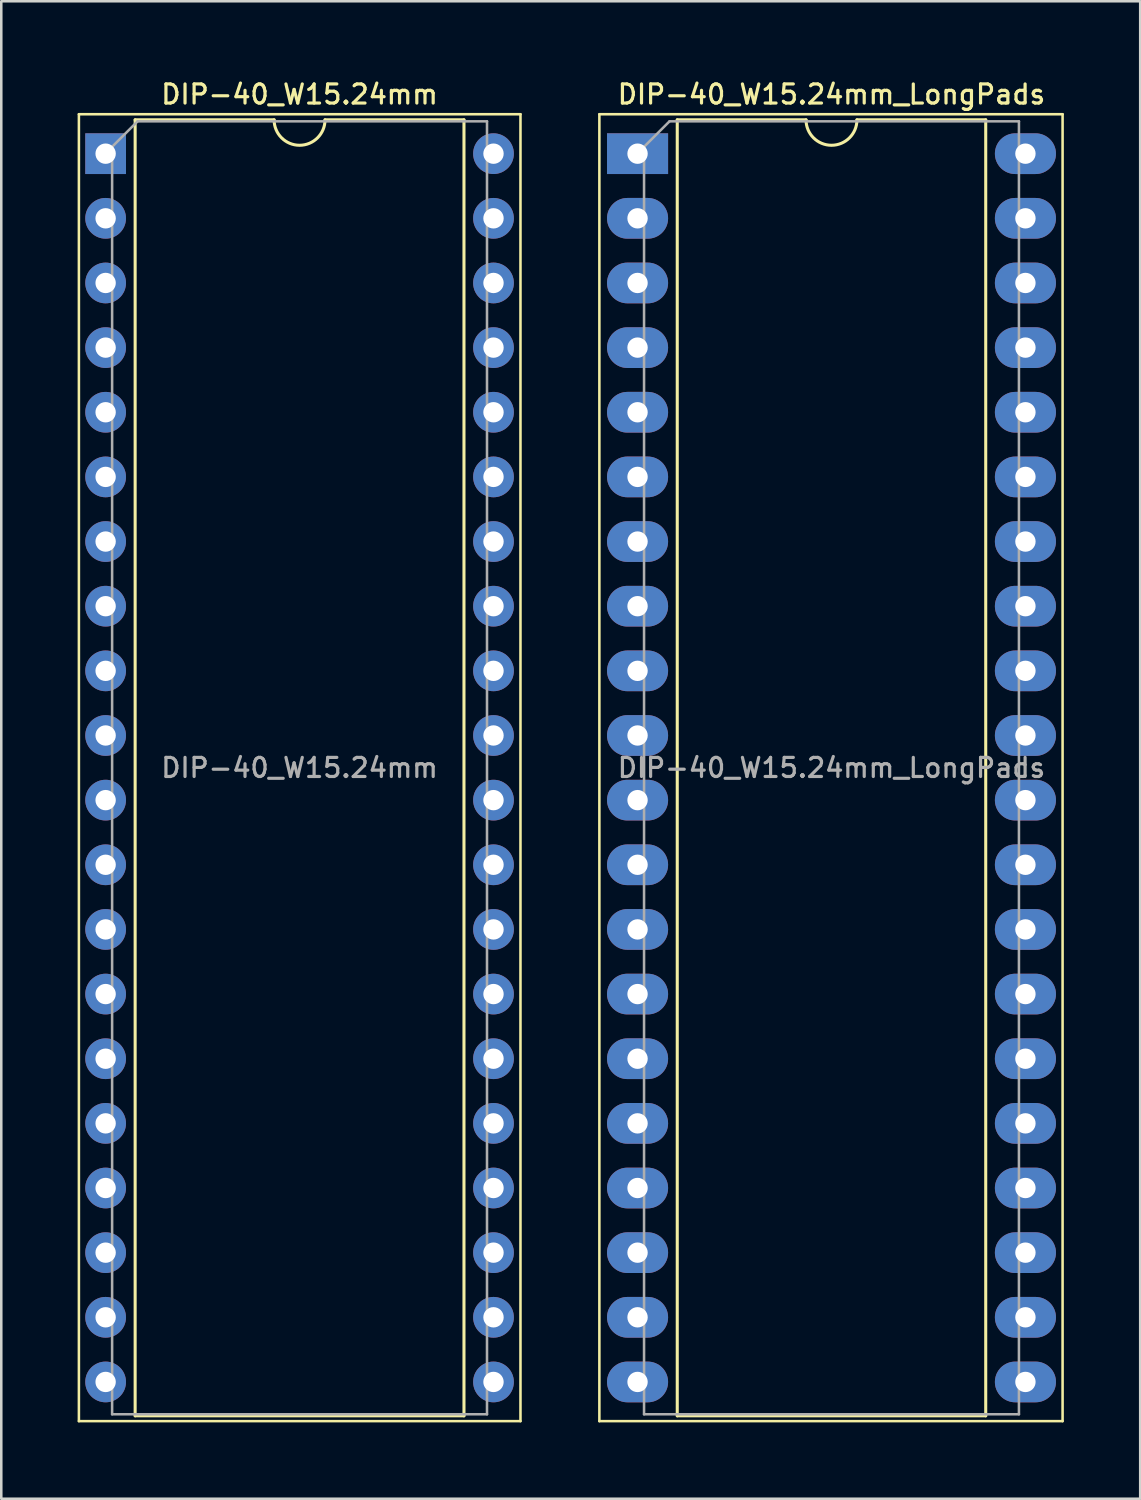
<source format=kicad_pcb>
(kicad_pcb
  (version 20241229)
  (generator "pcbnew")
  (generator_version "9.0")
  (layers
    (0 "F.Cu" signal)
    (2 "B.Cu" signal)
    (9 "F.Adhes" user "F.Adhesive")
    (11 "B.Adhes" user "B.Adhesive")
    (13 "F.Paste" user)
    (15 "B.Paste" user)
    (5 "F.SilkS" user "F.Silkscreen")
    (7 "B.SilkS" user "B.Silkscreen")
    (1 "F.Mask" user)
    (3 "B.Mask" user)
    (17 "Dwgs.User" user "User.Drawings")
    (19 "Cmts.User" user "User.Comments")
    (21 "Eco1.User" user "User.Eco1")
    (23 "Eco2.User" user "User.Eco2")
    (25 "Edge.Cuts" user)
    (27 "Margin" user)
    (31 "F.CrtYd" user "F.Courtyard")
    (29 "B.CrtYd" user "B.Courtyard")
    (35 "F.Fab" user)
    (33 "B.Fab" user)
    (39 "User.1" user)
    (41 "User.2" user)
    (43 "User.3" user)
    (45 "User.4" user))
  (footprint "DIP-40_W15.24mm_LongPads"
    (layer "F.Cu")
    (at 22 2.988)
    (property "Reference" "DIP-40_W15.24mm_LongPads" (at 7.62 -2.33 0) (layer "F.SilkS") (effects (font (size 0.75 0.75) (thickness 0.125))))
    (attr through_hole)
    (fp_line (start -1.5 -1.55) (end -1.5 49.8) (stroke (width 0.1) (type solid)) (layer "F.SilkS"))
    (fp_line (start -1.5 49.8) (end 16.7 49.8) (stroke (width 0.1) (type solid)) (layer "F.SilkS"))
    (fp_line (start 1.56 -1.33) (end 1.56 49.59) (stroke (width 0.12) (type solid)) (layer "F.SilkS"))
    (fp_line (start 1.56 49.59) (end 13.68 49.59) (stroke (width 0.12) (type solid)) (layer "F.SilkS"))
    (fp_line (start 6.62 -1.33) (end 1.56 -1.33) (stroke (width 0.12) (type solid)) (layer "F.SilkS"))
    (fp_line (start 13.68 -1.33) (end 8.62 -1.33) (stroke (width 0.12) (type solid)) (layer "F.SilkS"))
    (fp_line (start 13.68 49.59) (end 13.68 -1.33) (stroke (width 0.12) (type solid)) (layer "F.SilkS"))
    (fp_line (start 16.7 -1.55) (end -1.5 -1.55) (stroke (width 0.1) (type solid)) (layer "F.SilkS"))
    (fp_line (start 16.7 49.8) (end 16.7 -1.55) (stroke (width 0.1) (type solid)) (layer "F.SilkS"))
    (fp_arc (start 8.62 -1.33) (mid 7.62 -0.33) (end 6.62 -1.33) (stroke (width 0.12) (type solid)) (layer "F.SilkS"))
    (fp_line (start 0.255 -0.27) (end 1.255 -1.27) (stroke (width 0.1) (type solid)) (layer "F.Fab"))
    (fp_line (start 0.255 49.53) (end 0.255 -0.27) (stroke (width 0.1) (type solid)) (layer "F.Fab"))
    (fp_line (start 1.255 -1.27) (end 14.985 -1.27) (stroke (width 0.1) (type solid)) (layer "F.Fab"))
    (fp_line (start 14.985 -1.27) (end 14.985 49.53) (stroke (width 0.1) (type solid)) (layer "F.Fab"))
    (fp_line (start 14.985 49.53) (end 0.255 49.53) (stroke (width 0.1) (type solid)) (layer "F.Fab"))
    (fp_text user "${REFERENCE}" (at 7.62 24.13 0) (layer "F.Fab") (effects (font (size 0.75 0.75) (thickness 0.125))))
    (pad "1" thru_hole rect (at 0 0) (size 2.4 1.6) (drill 0.8) (layers "*.Cu" "*.Mask"))
    (pad "2" thru_hole oval (at 0 2.54) (size 2.4 1.6) (drill 0.8) (layers "*.Cu" "*.Mask"))
    (pad "3" thru_hole oval (at 0 5.08) (size 2.4 1.6) (drill 0.8) (layers "*.Cu" "*.Mask"))
    (pad "4" thru_hole oval (at 0 7.62) (size 2.4 1.6) (drill 0.8) (layers "*.Cu" "*.Mask"))
    (pad "5" thru_hole oval (at 0 10.16) (size 2.4 1.6) (drill 0.8) (layers "*.Cu" "*.Mask"))
    (pad "6" thru_hole oval (at 0 12.7) (size 2.4 1.6) (drill 0.8) (layers "*.Cu" "*.Mask"))
    (pad "7" thru_hole oval (at 0 15.24) (size 2.4 1.6) (drill 0.8) (layers "*.Cu" "*.Mask"))
    (pad "8" thru_hole oval (at 0 17.78) (size 2.4 1.6) (drill 0.8) (layers "*.Cu" "*.Mask"))
    (pad "9" thru_hole oval (at 0 20.32) (size 2.4 1.6) (drill 0.8) (layers "*.Cu" "*.Mask"))
    (pad "10" thru_hole oval (at 0 22.86) (size 2.4 1.6) (drill 0.8) (layers "*.Cu" "*.Mask"))
    (pad "11" thru_hole oval (at 0 25.4) (size 2.4 1.6) (drill 0.8) (layers "*.Cu" "*.Mask"))
    (pad "12" thru_hole oval (at 0 27.94) (size 2.4 1.6) (drill 0.8) (layers "*.Cu" "*.Mask"))
    (pad "13" thru_hole oval (at 0 30.48) (size 2.4 1.6) (drill 0.8) (layers "*.Cu" "*.Mask"))
    (pad "14" thru_hole oval (at 0 33.02) (size 2.4 1.6) (drill 0.8) (layers "*.Cu" "*.Mask"))
    (pad "15" thru_hole oval (at 0 35.56) (size 2.4 1.6) (drill 0.8) (layers "*.Cu" "*.Mask"))
    (pad "16" thru_hole oval (at 0 38.1) (size 2.4 1.6) (drill 0.8) (layers "*.Cu" "*.Mask"))
    (pad "17" thru_hole oval (at 0 40.64) (size 2.4 1.6) (drill 0.8) (layers "*.Cu" "*.Mask"))
    (pad "18" thru_hole oval (at 0 43.18) (size 2.4 1.6) (drill 0.8) (layers "*.Cu" "*.Mask"))
    (pad "19" thru_hole oval (at 0 45.72) (size 2.4 1.6) (drill 0.8) (layers "*.Cu" "*.Mask"))
    (pad "20" thru_hole oval (at 0 48.26) (size 2.4 1.6) (drill 0.8) (layers "*.Cu" "*.Mask"))
    (pad "21" thru_hole oval (at 15.24 48.26) (size 2.4 1.6) (drill 0.8) (layers "*.Cu" "*.Mask"))
    (pad "22" thru_hole oval (at 15.24 45.72) (size 2.4 1.6) (drill 0.8) (layers "*.Cu" "*.Mask"))
    (pad "23" thru_hole oval (at 15.24 43.18) (size 2.4 1.6) (drill 0.8) (layers "*.Cu" "*.Mask"))
    (pad "24" thru_hole oval (at 15.24 40.64) (size 2.4 1.6) (drill 0.8) (layers "*.Cu" "*.Mask"))
    (pad "25" thru_hole oval (at 15.24 38.1) (size 2.4 1.6) (drill 0.8) (layers "*.Cu" "*.Mask"))
    (pad "26" thru_hole oval (at 15.24 35.56) (size 2.4 1.6) (drill 0.8) (layers "*.Cu" "*.Mask"))
    (pad "27" thru_hole oval (at 15.24 33.02) (size 2.4 1.6) (drill 0.8) (layers "*.Cu" "*.Mask"))
    (pad "28" thru_hole oval (at 15.24 30.48) (size 2.4 1.6) (drill 0.8) (layers "*.Cu" "*.Mask"))
    (pad "29" thru_hole oval (at 15.24 27.94) (size 2.4 1.6) (drill 0.8) (layers "*.Cu" "*.Mask"))
    (pad "30" thru_hole oval (at 15.24 25.4) (size 2.4 1.6) (drill 0.8) (layers "*.Cu" "*.Mask"))
    (pad "31" thru_hole oval (at 15.24 22.86) (size 2.4 1.6) (drill 0.8) (layers "*.Cu" "*.Mask"))
    (pad "32" thru_hole oval (at 15.24 20.32) (size 2.4 1.6) (drill 0.8) (layers "*.Cu" "*.Mask"))
    (pad "33" thru_hole oval (at 15.24 17.78) (size 2.4 1.6) (drill 0.8) (layers "*.Cu" "*.Mask"))
    (pad "34" thru_hole oval (at 15.24 15.24) (size 2.4 1.6) (drill 0.8) (layers "*.Cu" "*.Mask"))
    (pad "35" thru_hole oval (at 15.24 12.7) (size 2.4 1.6) (drill 0.8) (layers "*.Cu" "*.Mask"))
    (pad "36" thru_hole oval (at 15.24 10.16) (size 2.4 1.6) (drill 0.8) (layers "*.Cu" "*.Mask"))
    (pad "37" thru_hole oval (at 15.24 7.62) (size 2.4 1.6) (drill 0.8) (layers "*.Cu" "*.Mask"))
    (pad "38" thru_hole oval (at 15.24 5.08) (size 2.4 1.6) (drill 0.8) (layers "*.Cu" "*.Mask"))
    (pad "39" thru_hole oval (at 15.24 2.54) (size 2.4 1.6) (drill 0.8) (layers "*.Cu" "*.Mask"))
    (pad "40" thru_hole oval (at 15.24 0) (size 2.4 1.6) (drill 0.8) (layers "*.Cu" "*.Mask")))
  (footprint "DIP-40_W15.24mm"
    (layer "F.Cu")
    (at 1.1 2.988)
    (property "Reference" "DIP-40_W15.24mm" (at 7.62 -2.33 0) (layer "F.SilkS") (effects (font (size 0.75 0.75) (thickness 0.125))))
    (attr through_hole)
    (fp_line (start -1.05 -1.55) (end -1.05 49.8) (stroke (width 0.1) (type solid)) (layer "F.SilkS"))
    (fp_line (start -1.05 49.8) (end 16.3 49.8) (stroke (width 0.1) (type solid)) (layer "F.SilkS"))
    (fp_line (start 1.16 -1.33) (end 1.16 49.59) (stroke (width 0.12) (type solid)) (layer "F.SilkS"))
    (fp_line (start 1.16 49.59) (end 14.08 49.59) (stroke (width 0.12) (type solid)) (layer "F.SilkS"))
    (fp_line (start 6.62 -1.33) (end 1.16 -1.33) (stroke (width 0.12) (type solid)) (layer "F.SilkS"))
    (fp_line (start 14.08 -1.33) (end 8.62 -1.33) (stroke (width 0.12) (type solid)) (layer "F.SilkS"))
    (fp_line (start 14.08 49.59) (end 14.08 -1.33) (stroke (width 0.12) (type solid)) (layer "F.SilkS"))
    (fp_line (start 16.3 -1.55) (end -1.05 -1.55) (stroke (width 0.1) (type solid)) (layer "F.SilkS"))
    (fp_line (start 16.3 49.8) (end 16.3 -1.55) (stroke (width 0.1) (type solid)) (layer "F.SilkS"))
    (fp_arc (start 8.62 -1.33) (mid 7.62 -0.33) (end 6.62 -1.33) (stroke (width 0.12) (type solid)) (layer "F.SilkS"))
    (fp_line (start 0.255 -0.27) (end 1.255 -1.27) (stroke (width 0.1) (type solid)) (layer "F.Fab"))
    (fp_line (start 0.255 49.53) (end 0.255 -0.27) (stroke (width 0.1) (type solid)) (layer "F.Fab"))
    (fp_line (start 1.255 -1.27) (end 14.985 -1.27) (stroke (width 0.1) (type solid)) (layer "F.Fab"))
    (fp_line (start 14.985 -1.27) (end 14.985 49.53) (stroke (width 0.1) (type solid)) (layer "F.Fab"))
    (fp_line (start 14.985 49.53) (end 0.255 49.53) (stroke (width 0.1) (type solid)) (layer "F.Fab"))
    (fp_text user "${REFERENCE}" (at 7.62 24.13 0) (layer "F.Fab") (effects (font (size 0.75 0.75) (thickness 0.125))))
    (pad "1" thru_hole rect (at 0 0) (size 1.6 1.6) (drill 0.8) (layers "*.Cu" "*.Mask"))
    (pad "2" thru_hole oval (at 0 2.54) (size 1.6 1.6) (drill 0.8) (layers "*.Cu" "*.Mask"))
    (pad "3" thru_hole oval (at 0 5.08) (size 1.6 1.6) (drill 0.8) (layers "*.Cu" "*.Mask"))
    (pad "4" thru_hole oval (at 0 7.62) (size 1.6 1.6) (drill 0.8) (layers "*.Cu" "*.Mask"))
    (pad "5" thru_hole oval (at 0 10.16) (size 1.6 1.6) (drill 0.8) (layers "*.Cu" "*.Mask"))
    (pad "6" thru_hole oval (at 0 12.7) (size 1.6 1.6) (drill 0.8) (layers "*.Cu" "*.Mask"))
    (pad "7" thru_hole oval (at 0 15.24) (size 1.6 1.6) (drill 0.8) (layers "*.Cu" "*.Mask"))
    (pad "8" thru_hole oval (at 0 17.78) (size 1.6 1.6) (drill 0.8) (layers "*.Cu" "*.Mask"))
    (pad "9" thru_hole oval (at 0 20.32) (size 1.6 1.6) (drill 0.8) (layers "*.Cu" "*.Mask"))
    (pad "10" thru_hole oval (at 0 22.86) (size 1.6 1.6) (drill 0.8) (layers "*.Cu" "*.Mask"))
    (pad "11" thru_hole oval (at 0 25.4) (size 1.6 1.6) (drill 0.8) (layers "*.Cu" "*.Mask"))
    (pad "12" thru_hole oval (at 0 27.94) (size 1.6 1.6) (drill 0.8) (layers "*.Cu" "*.Mask"))
    (pad "13" thru_hole oval (at 0 30.48) (size 1.6 1.6) (drill 0.8) (layers "*.Cu" "*.Mask"))
    (pad "14" thru_hole oval (at 0 33.02) (size 1.6 1.6) (drill 0.8) (layers "*.Cu" "*.Mask"))
    (pad "15" thru_hole oval (at 0 35.56) (size 1.6 1.6) (drill 0.8) (layers "*.Cu" "*.Mask"))
    (pad "16" thru_hole oval (at 0 38.1) (size 1.6 1.6) (drill 0.8) (layers "*.Cu" "*.Mask"))
    (pad "17" thru_hole oval (at 0 40.64) (size 1.6 1.6) (drill 0.8) (layers "*.Cu" "*.Mask"))
    (pad "18" thru_hole oval (at 0 43.18) (size 1.6 1.6) (drill 0.8) (layers "*.Cu" "*.Mask"))
    (pad "19" thru_hole oval (at 0 45.72) (size 1.6 1.6) (drill 0.8) (layers "*.Cu" "*.Mask"))
    (pad "20" thru_hole oval (at 0 48.26) (size 1.6 1.6) (drill 0.8) (layers "*.Cu" "*.Mask"))
    (pad "21" thru_hole oval (at 15.24 48.26) (size 1.6 1.6) (drill 0.8) (layers "*.Cu" "*.Mask"))
    (pad "22" thru_hole oval (at 15.24 45.72) (size 1.6 1.6) (drill 0.8) (layers "*.Cu" "*.Mask"))
    (pad "23" thru_hole oval (at 15.24 43.18) (size 1.6 1.6) (drill 0.8) (layers "*.Cu" "*.Mask"))
    (pad "24" thru_hole oval (at 15.24 40.64) (size 1.6 1.6) (drill 0.8) (layers "*.Cu" "*.Mask"))
    (pad "25" thru_hole oval (at 15.24 38.1) (size 1.6 1.6) (drill 0.8) (layers "*.Cu" "*.Mask"))
    (pad "26" thru_hole oval (at 15.24 35.56) (size 1.6 1.6) (drill 0.8) (layers "*.Cu" "*.Mask"))
    (pad "27" thru_hole oval (at 15.24 33.02) (size 1.6 1.6) (drill 0.8) (layers "*.Cu" "*.Mask"))
    (pad "28" thru_hole oval (at 15.24 30.48) (size 1.6 1.6) (drill 0.8) (layers "*.Cu" "*.Mask"))
    (pad "29" thru_hole oval (at 15.24 27.94) (size 1.6 1.6) (drill 0.8) (layers "*.Cu" "*.Mask"))
    (pad "30" thru_hole oval (at 15.24 25.4) (size 1.6 1.6) (drill 0.8) (layers "*.Cu" "*.Mask"))
    (pad "31" thru_hole oval (at 15.24 22.86) (size 1.6 1.6) (drill 0.8) (layers "*.Cu" "*.Mask"))
    (pad "32" thru_hole oval (at 15.24 20.32) (size 1.6 1.6) (drill 0.8) (layers "*.Cu" "*.Mask"))
    (pad "33" thru_hole oval (at 15.24 17.78) (size 1.6 1.6) (drill 0.8) (layers "*.Cu" "*.Mask"))
    (pad "34" thru_hole oval (at 15.24 15.24) (size 1.6 1.6) (drill 0.8) (layers "*.Cu" "*.Mask"))
    (pad "35" thru_hole oval (at 15.24 12.7) (size 1.6 1.6) (drill 0.8) (layers "*.Cu" "*.Mask"))
    (pad "36" thru_hole oval (at 15.24 10.16) (size 1.6 1.6) (drill 0.8) (layers "*.Cu" "*.Mask"))
    (pad "37" thru_hole oval (at 15.24 7.62) (size 1.6 1.6) (drill 0.8) (layers "*.Cu" "*.Mask"))
    (pad "38" thru_hole oval (at 15.24 5.08) (size 1.6 1.6) (drill 0.8) (layers "*.Cu" "*.Mask"))
    (pad "39" thru_hole oval (at 15.24 2.54) (size 1.6 1.6) (drill 0.8) (layers "*.Cu" "*.Mask"))
    (pad "40" thru_hole oval (at 15.24 0) (size 1.6 1.6) (drill 0.8) (layers "*.Cu" "*.Mask")))
  (gr_rect
    (start -3 -3)
    (end 41.75 55.838)
    (stroke (width 0.1) (type default))
    (fill no)
    (layer "Edge.Cuts")))
</source>
